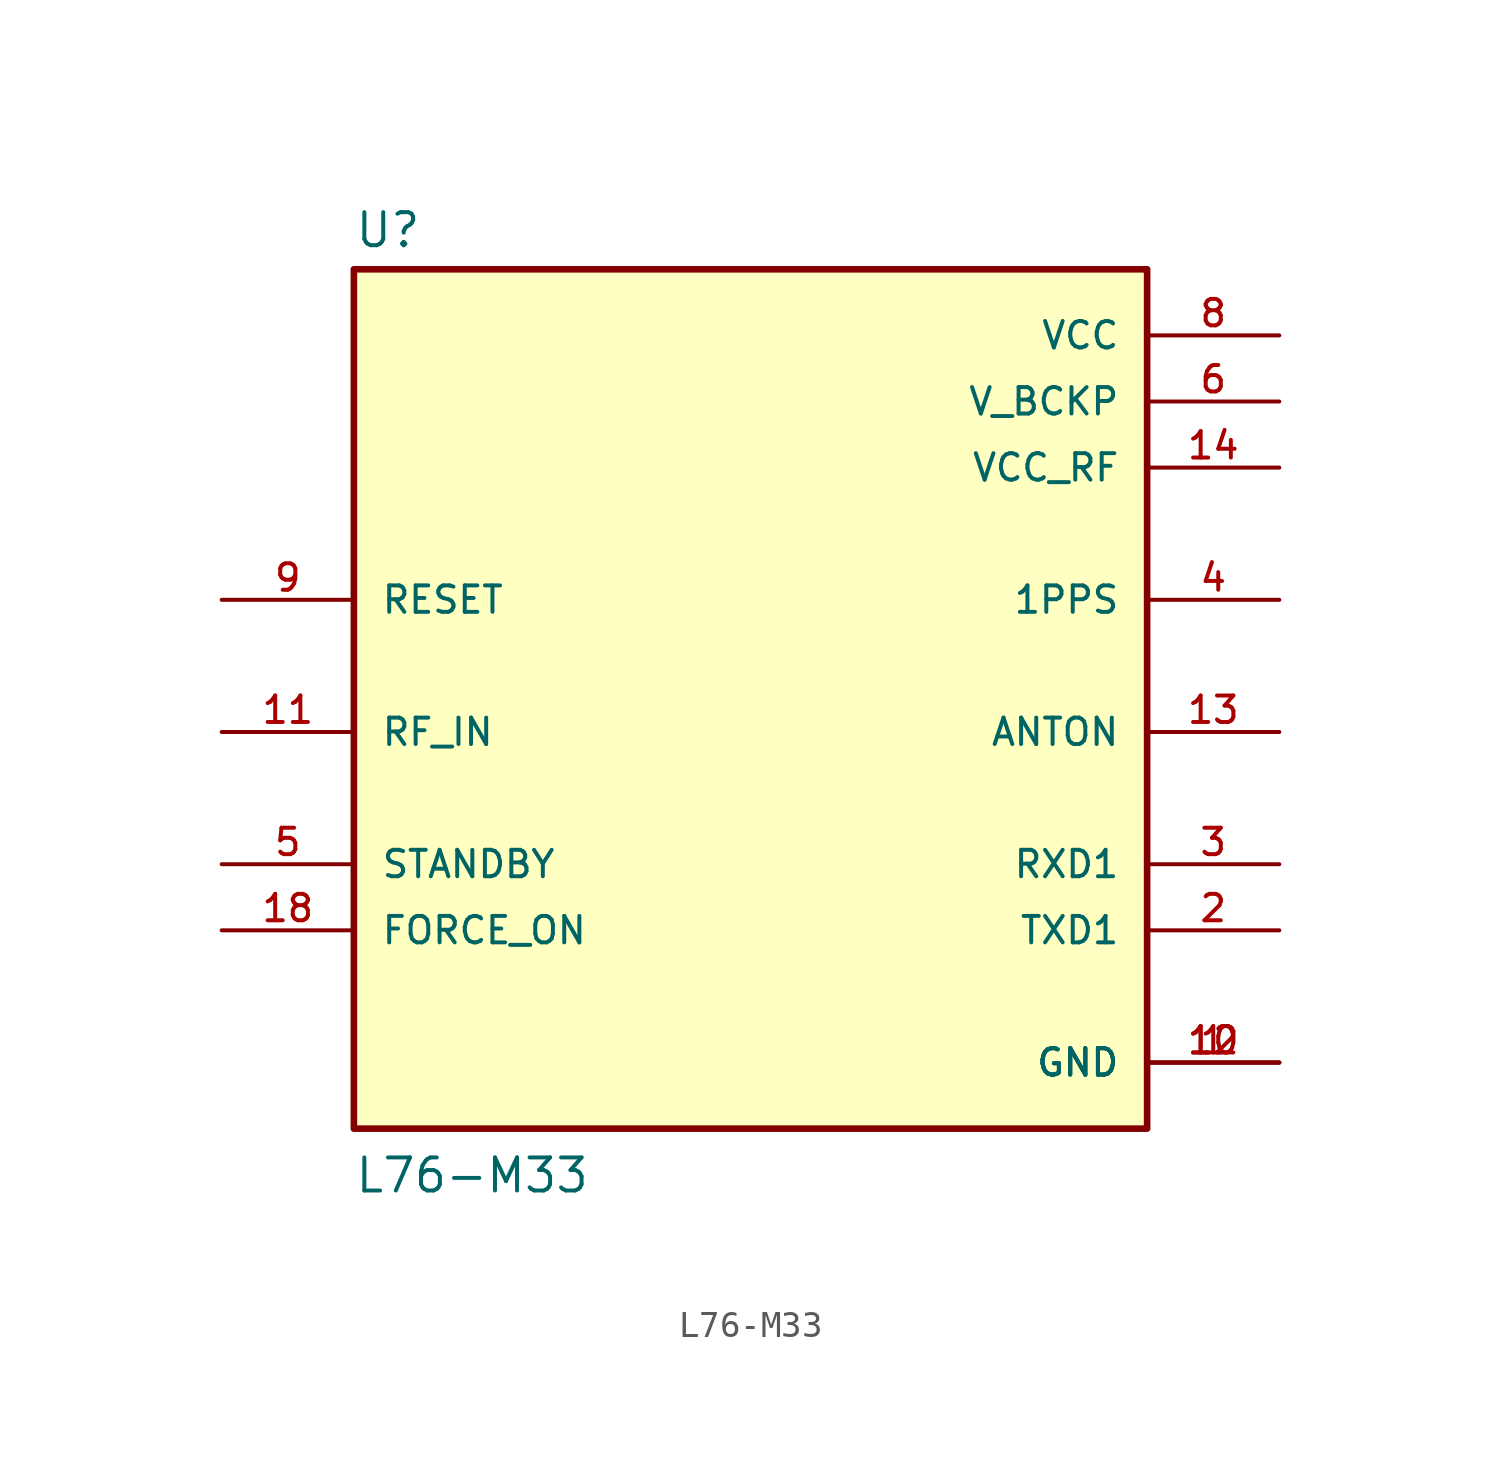
<source format=kicad_sym>
(kicad_symbol_lib
  (version 20211014)
  (generator kicad_symbol_editor)
  (symbol "L76-M33"
    (pin_names
      (offset 1.016))
    (property "Reference" "U"
      (at -15.24 18.542 0)
      (effects (font (size 1.27 1.27)) (justify bottom left)))
    (property "Value" "L76-M33"
      (at -15.24 -17.78 0)
      (effects (font (size 1.27 1.27)) (justify bottom left)))
    (symbol "L76-M33_0_0"
      (rectangle (start -15.24 -15.24) (end 15.24 17.78) (stroke (width 0.254)) (fill (type background)))
      (pin power_in line (at 20.32 15.24 180.0) (length 5.08) (name "VCC" (effects (font (size 1.016 1.016)))) (number "8" (effects (font (size 1.016 1.016)))))
      (pin power_in line (at 20.32 12.7 180.0) (length 5.08) (name "V_BCKP" (effects (font (size 1.016 1.016)))) (number "6" (effects (font (size 1.016 1.016)))))
      (pin power_in line (at 20.32 10.16 180.0) (length 5.08) (name "VCC_RF" (effects (font (size 1.016 1.016)))) (number "14" (effects (font (size 1.016 1.016)))))
      (pin input line (at -20.32 5.08 0) (length 5.08) (name "RESET" (effects (font (size 1.016 1.016)))) (number "9" (effects (font (size 1.016 1.016)))))
      (pin output line (at 20.32 -7.62 180.0) (length 5.08) (name "TXD1" (effects (font (size 1.016 1.016)))) (number "2" (effects (font (size 1.016 1.016)))))
      (pin input line (at 20.32 -5.08 180.0) (length 5.08) (name "RXD1" (effects (font (size 1.016 1.016)))) (number "3" (effects (font (size 1.016 1.016)))))
      (pin input line (at -20.32 0.0 0) (length 5.08) (name "RF_IN" (effects (font (size 1.016 1.016)))) (number "11" (effects (font (size 1.016 1.016)))))
      (pin output line (at 20.32 0.0 180.0) (length 5.08) (name "ANTON" (effects (font (size 1.016 1.016)))) (number "13" (effects (font (size 1.016 1.016)))))
      (pin output line (at 20.32 5.08 180.0) (length 5.08) (name "1PPS" (effects (font (size 1.016 1.016)))) (number "4" (effects (font (size 1.016 1.016)))))
      (pin input line (at -20.32 -7.62 0) (length 5.08) (name "FORCE_ON" (effects (font (size 1.016 1.016)))) (number "18" (effects (font (size 1.016 1.016)))))
      (pin power_in line (at 20.32 -12.7 180.0) (length 5.08) (name "GND" (effects (font (size 1.016 1.016)))) (number "1" (effects (font (size 1.016 1.016)))))
      (pin power_in line (at 20.32 -12.7 180.0) (length 5.08) (name "GND" (effects (font (size 1.016 1.016)))) (number "10" (effects (font (size 1.016 1.016)))))
      (pin power_in line (at 20.32 -12.7 180.0) (length 5.08) (name "GND" (effects (font (size 1.016 1.016)))) (number "12" (effects (font (size 1.016 1.016)))))
      (pin input line (at -20.32 -5.08 0) (length 5.08) (name "STANDBY" (effects (font (size 1.016 1.016)))) (number "5" (effects (font (size 1.016 1.016))))))))
</source>
